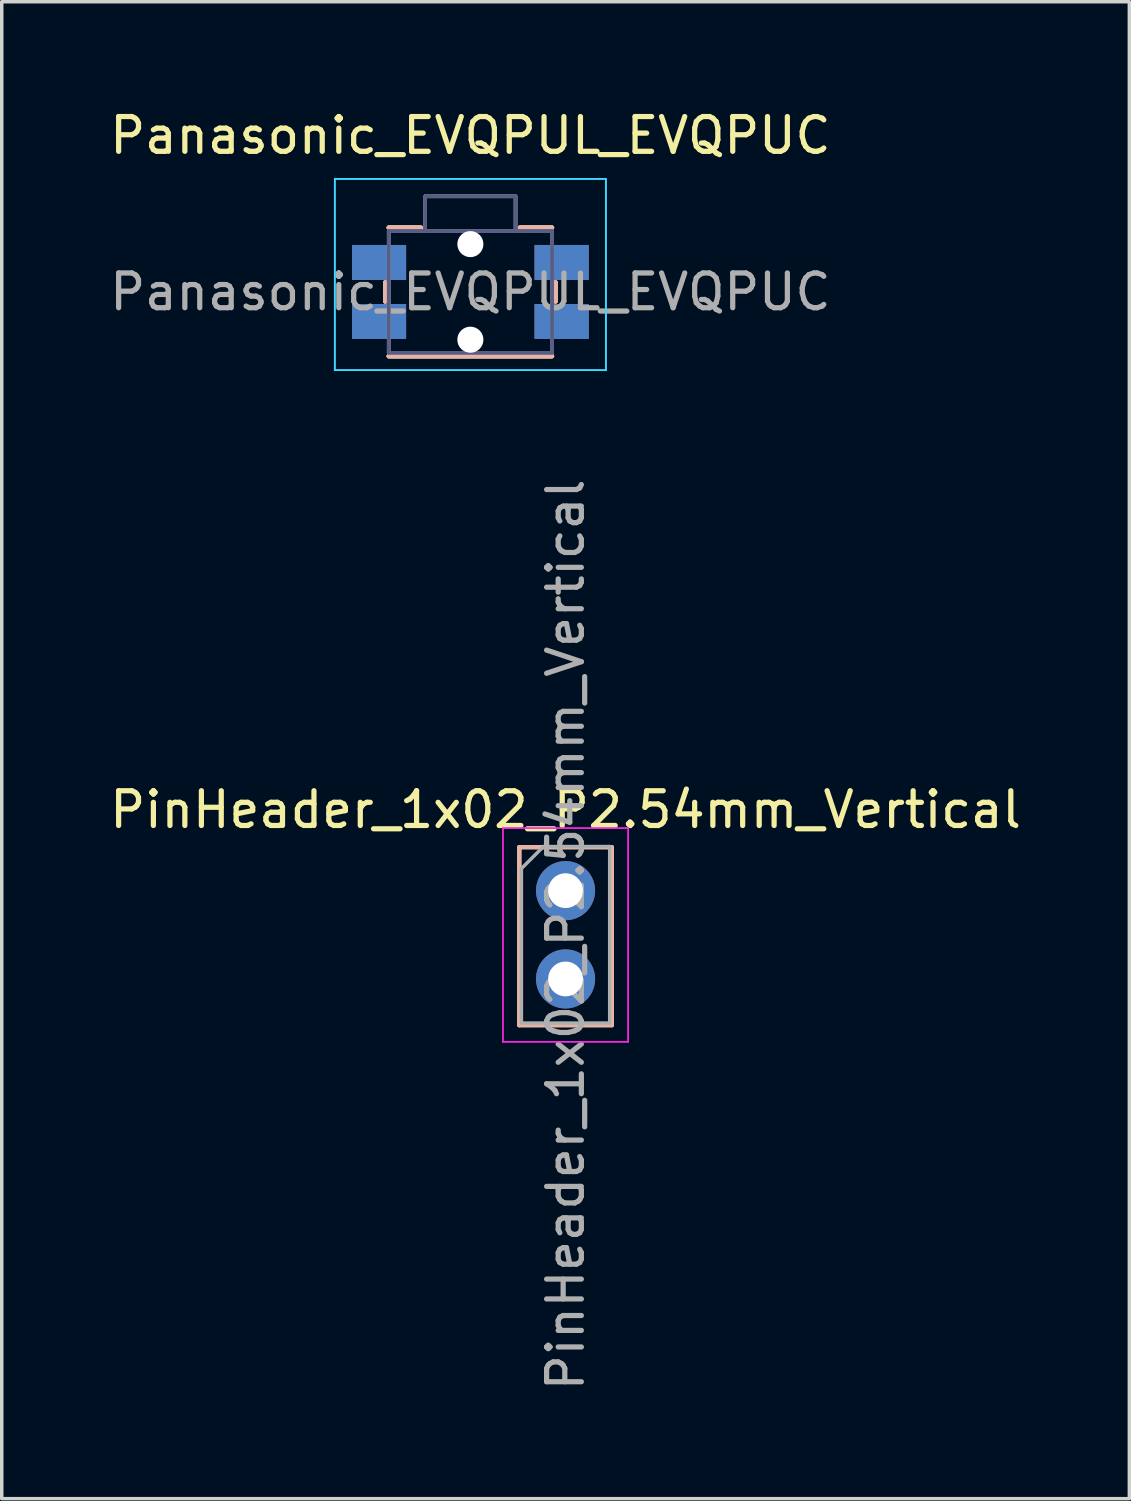
<source format=kicad_pcb>
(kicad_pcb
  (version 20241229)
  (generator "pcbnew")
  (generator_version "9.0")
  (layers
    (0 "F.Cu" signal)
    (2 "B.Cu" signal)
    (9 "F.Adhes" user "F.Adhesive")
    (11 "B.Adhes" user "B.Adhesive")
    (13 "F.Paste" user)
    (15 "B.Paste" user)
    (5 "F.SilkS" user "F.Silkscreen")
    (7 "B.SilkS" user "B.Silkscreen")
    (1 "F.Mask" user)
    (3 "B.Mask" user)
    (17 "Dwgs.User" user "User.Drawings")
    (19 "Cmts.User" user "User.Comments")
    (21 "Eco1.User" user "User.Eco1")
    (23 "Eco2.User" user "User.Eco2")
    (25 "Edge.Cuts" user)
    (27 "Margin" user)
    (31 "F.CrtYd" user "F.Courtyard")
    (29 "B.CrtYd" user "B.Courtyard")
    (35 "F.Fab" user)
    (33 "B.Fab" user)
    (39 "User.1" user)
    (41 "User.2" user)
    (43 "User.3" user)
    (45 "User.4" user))
  (footprint "PinHeader_1x02_P2.54mm_Vertical"
    (layer "F.Cu")
    (at 13.22 22.573)
    (property "Reference" "PinHeader_1x02_P2.54mm_Vertical" (at 0 -2.33 180) (layer "F.SilkS") (effects (font (size 1 1) (thickness 0.15))))
    (attr through_hole)
    (fp_line (start -1.33 -1.25) (end -1.33 3.87) (stroke (width 0.12) (type solid)) (layer "F.SilkS"))
    (fp_line (start -1.33 -1.25) (end 1.33 -1.25) (stroke (width 0.12) (type solid)) (layer "F.SilkS"))
    (fp_line (start -1.33 3.87) (end 1.33 3.87) (stroke (width 0.12) (type solid)) (layer "F.SilkS"))
    (fp_line (start 1.33 -1.25) (end 1.33 3.87) (stroke (width 0.12) (type solid)) (layer "F.SilkS"))
    (fp_line (start -1.33 -1.25) (end -1.33 3.87) (stroke (width 0.12) (type solid)) (layer "B.SilkS"))
    (fp_line (start 1.33 -1.25) (end -1.33 -1.25) (stroke (width 0.12) (type solid)) (layer "B.SilkS"))
    (fp_line (start 1.33 -1.25) (end 1.33 3.87) (stroke (width 0.12) (type solid)) (layer "B.SilkS"))
    (fp_line (start 1.33 3.87) (end -1.33 3.87) (stroke (width 0.12) (type solid)) (layer "B.SilkS"))
    (fp_line (start -1.8 -1.8) (end -1.8 4.35) (stroke (width 0.05) (type solid)) (layer "F.CrtYd"))
    (fp_line (start -1.8 4.35) (end 1.8 4.35) (stroke (width 0.05) (type solid)) (layer "F.CrtYd"))
    (fp_line (start 1.8 -1.8) (end -1.8 -1.8) (stroke (width 0.05) (type solid)) (layer "F.CrtYd"))
    (fp_line (start 1.8 4.35) (end 1.8 -1.8) (stroke (width 0.05) (type solid)) (layer "F.CrtYd"))
    (fp_line (start -1.27 -0.635) (end -0.635 -1.27) (stroke (width 0.1) (type solid)) (layer "F.Fab"))
    (fp_line (start -1.27 3.81) (end -1.27 -0.635) (stroke (width 0.1) (type solid)) (layer "F.Fab"))
    (fp_line (start -0.635 -1.27) (end 1.27 -1.27) (stroke (width 0.1) (type solid)) (layer "F.Fab"))
    (fp_line (start 1.27 -1.27) (end 1.27 3.81) (stroke (width 0.1) (type solid)) (layer "F.Fab"))
    (fp_line (start 1.27 3.81) (end -1.27 3.81) (stroke (width 0.1) (type solid)) (layer "F.Fab"))
    (fp_text user "${REFERENCE}" (at 0 1.27 90) (layer "F.Fab") (effects (font (size 1 1) (thickness 0.15))))
    (pad "1" thru_hole circle (at 0 0) (size 1.7 1.7) (drill 1) (layers "*.Cu" "*.Mask"))
    (pad "2" thru_hole oval (at 0 2.54) (size 1.7 1.7) (drill 1) (layers "*.Cu" "*.Mask")))
  (footprint "Panasonic_EVQPUL_EVQPUC"
    (layer "F.Cu")
    (at 10.482 5.348)
    (property "Reference" "Panasonic_EVQPUL_EVQPUC" (at 0 -4.5 0) (layer "F.SilkS") (effects (font (size 1 1) (thickness 0.15))))
    (attr smd)
    (fp_line (start -2.45 0.275) (end -2.45 -0.275) (stroke (width 0.12) (type solid)) (layer "F.SilkS"))
    (fp_line (start -2.45 0.275) (end -2.45 -0.275) (stroke (width 0.12) (type solid)) (layer "F.SilkS"))
    (fp_line (start -1.425 -1.85) (end -2.35 -1.85) (stroke (width 0.12) (type solid)) (layer "F.SilkS"))
    (fp_line (start -1.425 -1.85) (end -2.35 -1.85) (stroke (width 0.12) (type solid)) (layer "F.SilkS"))
    (fp_line (start 2.35 -1.85) (end 1.425 -1.85) (stroke (width 0.12) (type solid)) (layer "F.SilkS"))
    (fp_line (start 2.35 -1.85) (end 1.425 -1.85) (stroke (width 0.12) (type solid)) (layer "F.SilkS"))
    (fp_line (start 2.35 1.85) (end -2.35 1.85) (stroke (width 0.12) (type solid)) (layer "F.SilkS"))
    (fp_line (start 2.35 1.85) (end -2.35 1.85) (stroke (width 0.12) (type solid)) (layer "F.SilkS"))
    (fp_line (start 2.45 0.275) (end 2.45 -0.275) (stroke (width 0.12) (type solid)) (layer "F.SilkS"))
    (fp_line (start 2.45 0.275) (end 2.45 -0.275) (stroke (width 0.12) (type solid)) (layer "F.SilkS"))
    (fp_line (start -2.45 0.275) (end -2.45 -0.275) (stroke (width 0.12) (type solid)) (layer "B.SilkS"))
    (fp_line (start -2.45 0.275) (end -2.45 -0.275) (stroke (width 0.12) (type solid)) (layer "B.SilkS"))
    (fp_line (start -2.35 -1.85) (end -1.425 -1.85) (stroke (width 0.12) (type solid)) (layer "B.SilkS"))
    (fp_line (start -2.35 -1.85) (end -1.425 -1.85) (stroke (width 0.12) (type solid)) (layer "B.SilkS"))
    (fp_line (start -2.35 1.85) (end 2.35 1.85) (stroke (width 0.12) (type solid)) (layer "B.SilkS"))
    (fp_line (start -2.35 1.85) (end 2.35 1.85) (stroke (width 0.12) (type solid)) (layer "B.SilkS"))
    (fp_line (start 1.425 -1.85) (end 2.35 -1.85) (stroke (width 0.12) (type solid)) (layer "B.SilkS"))
    (fp_line (start 1.425 -1.85) (end 2.35 -1.85) (stroke (width 0.12) (type solid)) (layer "B.SilkS"))
    (fp_line (start 2.45 0.275) (end 2.45 -0.275) (stroke (width 0.12) (type solid)) (layer "B.SilkS"))
    (fp_line (start 2.45 0.275) (end 2.45 -0.275) (stroke (width 0.12) (type solid)) (layer "B.SilkS"))
    (fp_line (start -3.9 -3.25) (end 3.9 -3.25) (stroke (width 0.05) (type solid)) (layer "B.CrtYd"))
    (fp_line (start -3.9 2.25) (end -3.9 -3.25) (stroke (width 0.05) (type solid)) (layer "B.CrtYd"))
    (fp_line (start -3.9 2.25) (end 3.9 2.25) (stroke (width 0.05) (type solid)) (layer "B.CrtYd"))
    (fp_line (start 3.9 2.25) (end 3.9 -3.25) (stroke (width 0.05) (type solid)) (layer "B.CrtYd"))
    (fp_line (start -3.9 2.25) (end -3.9 -3.25) (stroke (width 0.05) (type solid)) (layer "F.CrtYd"))
    (fp_line (start 3.9 -3.25) (end -3.9 -3.25) (stroke (width 0.05) (type solid)) (layer "F.CrtYd"))
    (fp_line (start 3.9 2.25) (end -3.9 2.25) (stroke (width 0.05) (type solid)) (layer "F.CrtYd"))
    (fp_line (start 3.9 2.25) (end 3.9 -3.25) (stroke (width 0.05) (type solid)) (layer "F.CrtYd"))
    (fp_line (start -2.35 -1.75) (end 2.35 -1.75) (stroke (width 0.1) (type solid)) (layer "B.Fab"))
    (fp_line (start -2.35 -1.75) (end 2.35 -1.75) (stroke (width 0.1) (type solid)) (layer "B.Fab"))
    (fp_line (start -2.35 1.75) (end -2.35 -1.75) (stroke (width 0.1) (type solid)) (layer "B.Fab"))
    (fp_line (start -2.35 1.75) (end -2.35 -1.75) (stroke (width 0.1) (type solid)) (layer "B.Fab"))
    (fp_line (start -2.35 1.75) (end 2.35 1.75) (stroke (width 0.1) (type solid)) (layer "B.Fab"))
    (fp_line (start -2.35 1.75) (end 2.35 1.75) (stroke (width 0.1) (type solid)) (layer "B.Fab"))
    (fp_line (start -1.3 -2.75) (end -1.3 -1.75) (stroke (width 0.1) (type solid)) (layer "B.Fab"))
    (fp_line (start -1.3 -2.75) (end -1.3 -1.75) (stroke (width 0.1) (type solid)) (layer "B.Fab"))
    (fp_line (start -1.3 -2.75) (end 1.3 -2.75) (stroke (width 0.1) (type solid)) (layer "B.Fab"))
    (fp_line (start -1.3 -2.75) (end 1.3 -2.75) (stroke (width 0.1) (type solid)) (layer "B.Fab"))
    (fp_line (start 1.3 -2.75) (end 1.3 -1.75) (stroke (width 0.1) (type solid)) (layer "B.Fab"))
    (fp_line (start 1.3 -2.75) (end 1.3 -1.75) (stroke (width 0.1) (type solid)) (layer "B.Fab"))
    (fp_line (start 2.35 1.75) (end 2.35 -1.75) (stroke (width 0.1) (type solid)) (layer "B.Fab"))
    (fp_line (start 2.35 1.75) (end 2.35 -1.75) (stroke (width 0.1) (type solid)) (layer "B.Fab"))
    (fp_line (start -2.35 1.75) (end -2.35 -1.75) (stroke (width 0.1) (type solid)) (layer "F.Fab"))
    (fp_line (start -2.35 1.75) (end -2.35 -1.75) (stroke (width 0.1) (type solid)) (layer "F.Fab"))
    (fp_line (start -1.3 -2.75) (end -1.3 -1.75) (stroke (width 0.1) (type solid)) (layer "F.Fab"))
    (fp_line (start -1.3 -2.75) (end -1.3 -1.75) (stroke (width 0.1) (type solid)) (layer "F.Fab"))
    (fp_line (start 1.3 -2.75) (end -1.3 -2.75) (stroke (width 0.1) (type solid)) (layer "F.Fab"))
    (fp_line (start 1.3 -2.75) (end -1.3 -2.75) (stroke (width 0.1) (type solid)) (layer "F.Fab"))
    (fp_line (start 1.3 -2.75) (end 1.3 -1.75) (stroke (width 0.1) (type solid)) (layer "F.Fab"))
    (fp_line (start 1.3 -2.75) (end 1.3 -1.75) (stroke (width 0.1) (type solid)) (layer "F.Fab"))
    (fp_line (start 2.35 -1.75) (end -2.35 -1.75) (stroke (width 0.1) (type solid)) (layer "F.Fab"))
    (fp_line (start 2.35 -1.75) (end -2.35 -1.75) (stroke (width 0.1) (type solid)) (layer "F.Fab"))
    (fp_line (start 2.35 1.75) (end -2.35 1.75) (stroke (width 0.1) (type solid)) (layer "F.Fab"))
    (fp_line (start 2.35 1.75) (end -2.35 1.75) (stroke (width 0.1) (type solid)) (layer "F.Fab"))
    (fp_line (start 2.35 1.75) (end 2.35 -1.75) (stroke (width 0.1) (type solid)) (layer "F.Fab"))
    (fp_line (start 2.35 1.75) (end 2.35 -1.75) (stroke (width 0.1) (type solid)) (layer "F.Fab"))
    (fp_text user "${REFERENCE}" (at 0 0 0) (layer "F.Fab") (effects (font (size 1 1) (thickness 0.15))))
    (pad "" np_thru_hole circle (at 0 -1.375 180) (size 0.75 0.75) (drill 0.75) (layers "*.Cu" "*.Mask"))
    (pad "" np_thru_hole circle (at 0 1.375 180) (size 0.75 0.75) (drill 0.75) (layers "*.Cu" "*.Mask"))
    (pad "1" smd rect (at -2.625 -0.85 180) (size 1.55 1) (layers "F.Cu" "F.Mask" "F.Paste"))
    (pad "1" smd rect (at -2.625 -0.85 180) (size 1.55 1) (layers "F.Cu" "F.Mask" "F.Paste"))
    (pad "1" smd rect (at -2.625 -0.85 180) (size 1.55 1) (layers "B.Cu" "B.Mask" "B.Paste"))
    (pad "1" smd rect (at -2.625 -0.85 180) (size 1.55 1) (layers "B.Cu" "B.Mask" "B.Paste"))
    (pad "1" smd rect (at 2.625 -0.85 180) (size 1.55 1) (layers "F.Cu" "F.Mask" "F.Paste"))
    (pad "1" smd rect (at 2.625 -0.85 180) (size 1.55 1) (layers "F.Cu" "F.Mask" "F.Paste"))
    (pad "1" smd rect (at 2.625 -0.85 180) (size 1.55 1) (layers "B.Cu" "B.Mask" "B.Paste"))
    (pad "1" smd rect (at 2.625 -0.85 180) (size 1.55 1) (layers "B.Cu" "B.Mask" "B.Paste"))
    (pad "2" smd rect (at -2.625 0.85 180) (size 1.55 1) (layers "F.Cu" "F.Mask" "F.Paste"))
    (pad "2" smd rect (at -2.625 0.85 180) (size 1.55 1) (layers "F.Cu" "F.Mask" "F.Paste"))
    (pad "2" smd rect (at -2.625 0.85 180) (size 1.55 1) (layers "B.Cu" "B.Mask" "B.Paste"))
    (pad "2" smd rect (at -2.625 0.85 180) (size 1.55 1) (layers "B.Cu" "B.Mask" "B.Paste"))
    (pad "2" smd rect (at 2.625 0.85 180) (size 1.55 1) (layers "F.Cu" "F.Mask" "F.Paste"))
    (pad "2" smd rect (at 2.625 0.85 180) (size 1.55 1) (layers "F.Cu" "F.Mask" "F.Paste"))
    (pad "2" smd rect (at 2.625 0.85 180) (size 1.55 1) (layers "B.Cu" "B.Mask" "B.Paste"))
    (pad "2" smd rect (at 2.625 0.85 180) (size 1.55 1) (layers "B.Cu" "B.Mask" "B.Paste")))
  (gr_rect
    (start -3 -3)
    (end 29.44 40.064)
    (stroke (width 0.1) (type default))
    (fill no)
    (layer "Edge.Cuts")))
</source>
